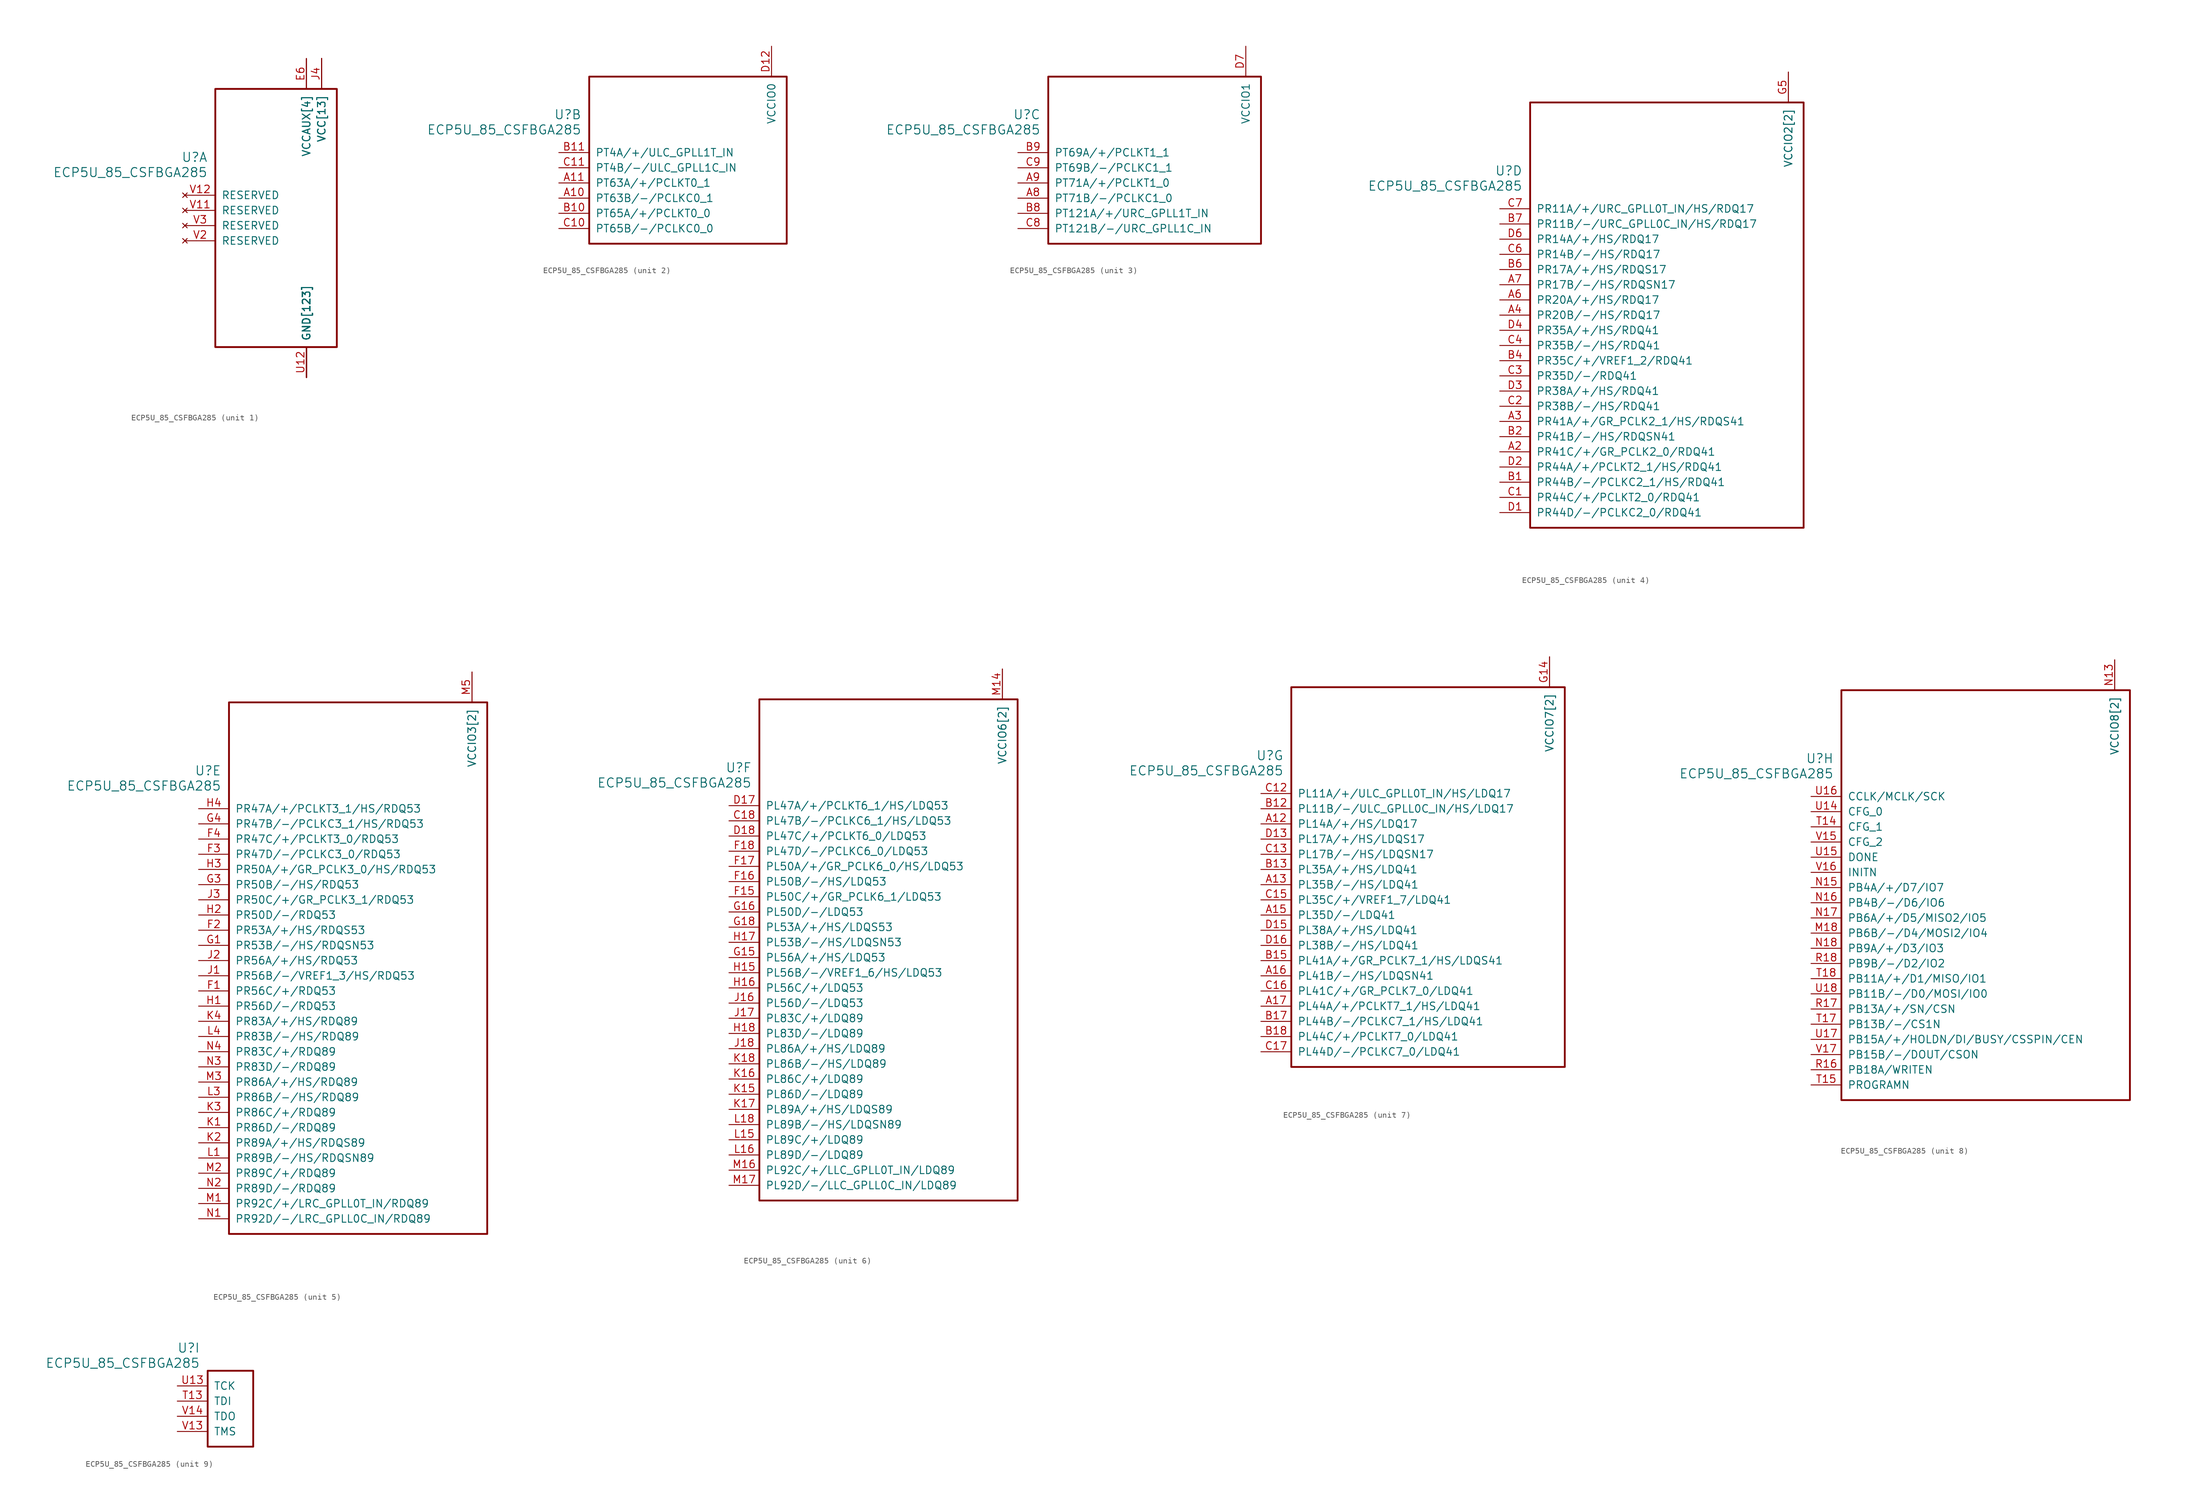
<source format=kicad_sym>
(kicad_symbol_lib
  (version 20241209)
  (generator "kicad_symbol_editor")
  (generator_version "9.0")
  (symbol "ECP5U_85_CSFBGA285"
    (pin_names
      (offset 1.016))
    (property "Reference" "U"
      (at 3.81 6.35 0)
      (effects (font (size 1.524 1.524)) (justify right)))
    (property "Value" "ECP5U_85_CSFBGA285"
      (at 3.81 3.81 0)
      (effects (font (size 1.524 1.524)) (justify right)))
    (property "ki_locked" ""
      (at 0 0 0)
      (effects (font (size 1.27 1.27))))
    (symbol "ECP5U_85_CSFBGA285_1_1"
      (rectangle (start 5.08 17.78) (end 25.4 -25.4) (stroke (width 0.305) (type solid)) (fill (type none)))
      (pin no_connect line (at 0 0 0) (length 5.08) (name "RESERVED" (effects (font (size 1.27 1.27)))) (number "V12" (effects (font (size 1.27 1.27)))))
      (pin no_connect line (at 0 -2.54 0) (length 5.08) (name "RESERVED" (effects (font (size 1.27 1.27)))) (number "V11" (effects (font (size 1.27 1.27)))))
      (pin no_connect line (at 0 -5.08 0) (length 5.08) (name "RESERVED" (effects (font (size 1.27 1.27)))) (number "V3" (effects (font (size 1.27 1.27)))))
      (pin no_connect line (at 0 -7.62 0) (length 5.08) (name "RESERVED" (effects (font (size 1.27 1.27)))) (number "V2" (effects (font (size 1.27 1.27)))))
      (pin power_in line (at 20.32 22.86 270) (length 5.08) (name "VCCAUX[4]" (effects (font (size 1.27 1.27)))) (number "E13" (effects (font (size 0 0)))))
      (pin power_in line (at 20.32 22.86 270) (length 5.08) (name "VCCAUX[4]" (effects (font (size 1.27 1.27)))) (number "E6" (effects (font (size 1.27 1.27)))))
      (pin power_in line (at 20.32 22.86 270) (length 5.08) (name "VCCAUX[4]" (effects (font (size 1.27 1.27)))) (number "N6" (effects (font (size 0 0)))))
      (pin power_in line (at 20.32 22.86 270) (length 5.08) (name "VCCAUX[4]" (effects (font (size 1.27 1.27)))) (number "P13" (effects (font (size 0 0)))))
      (pin power_in line (at 20.32 -30.48 90) (length 5.08) (name "GND[123]" (effects (font (size 1.27 1.27)))) (number "B16" (effects (font (size 0 0)))))
      (pin power_in line (at 20.32 -30.48 90) (length 5.08) (name "GND[123]" (effects (font (size 1.27 1.27)))) (number "B3" (effects (font (size 0 0)))))
      (pin power_in line (at 20.32 -30.48 90) (length 5.08) (name "GND[123]" (effects (font (size 1.27 1.27)))) (number "E10" (effects (font (size 0 0)))))
      (pin power_in line (at 20.32 -30.48 90) (length 5.08) (name "GND[123]" (effects (font (size 1.27 1.27)))) (number "E11" (effects (font (size 0 0)))))
      (pin power_in line (at 20.32 -30.48 90) (length 5.08) (name "GND[123]" (effects (font (size 1.27 1.27)))) (number "E12" (effects (font (size 0 0)))))
      (pin power_in line (at 20.32 -30.48 90) (length 5.08) (name "GND[123]" (effects (font (size 1.27 1.27)))) (number "E14" (effects (font (size 0 0)))))
      (pin power_in line (at 20.32 -30.48 90) (length 5.08) (name "GND[123]" (effects (font (size 1.27 1.27)))) (number "E5" (effects (font (size 0 0)))))
      (pin power_in line (at 20.32 -30.48 90) (length 5.08) (name "GND[123]" (effects (font (size 1.27 1.27)))) (number "E7" (effects (font (size 0 0)))))
      (pin power_in line (at 20.32 -30.48 90) (length 5.08) (name "GND[123]" (effects (font (size 1.27 1.27)))) (number "E8" (effects (font (size 0 0)))))
      (pin power_in line (at 20.32 -30.48 90) (length 5.08) (name "GND[123]" (effects (font (size 1.27 1.27)))) (number "E9" (effects (font (size 0 0)))))
      (pin power_in line (at 20.32 -30.48 90) (length 5.08) (name "GND[123]" (effects (font (size 1.27 1.27)))) (number "F10" (effects (font (size 0 0)))))
      (pin power_in line (at 20.32 -30.48 90) (length 5.08) (name "GND[123]" (effects (font (size 1.27 1.27)))) (number "F11" (effects (font (size 0 0)))))
      (pin power_in line (at 20.32 -30.48 90) (length 5.08) (name "GND[123]" (effects (font (size 1.27 1.27)))) (number "F12" (effects (font (size 0 0)))))
      (pin power_in line (at 20.32 -30.48 90) (length 5.08) (name "GND[123]" (effects (font (size 1.27 1.27)))) (number "F13" (effects (font (size 0 0)))))
      (pin power_in line (at 20.32 -30.48 90) (length 5.08) (name "GND[123]" (effects (font (size 1.27 1.27)))) (number "F14" (effects (font (size 0 0)))))
      (pin power_in line (at 20.32 -30.48 90) (length 5.08) (name "GND[123]" (effects (font (size 1.27 1.27)))) (number "F5" (effects (font (size 0 0)))))
      (pin power_in line (at 20.32 -30.48 90) (length 5.08) (name "GND[123]" (effects (font (size 1.27 1.27)))) (number "F6" (effects (font (size 0 0)))))
      (pin power_in line (at 20.32 -30.48 90) (length 5.08) (name "GND[123]" (effects (font (size 1.27 1.27)))) (number "F7" (effects (font (size 0 0)))))
      (pin power_in line (at 20.32 -30.48 90) (length 5.08) (name "GND[123]" (effects (font (size 1.27 1.27)))) (number "F8" (effects (font (size 0 0)))))
      (pin power_in line (at 20.32 -30.48 90) (length 5.08) (name "GND[123]" (effects (font (size 1.27 1.27)))) (number "F9" (effects (font (size 0 0)))))
      (pin power_in line (at 20.32 -30.48 90) (length 5.08) (name "GND[123]" (effects (font (size 1.27 1.27)))) (number "G10" (effects (font (size 0 0)))))
      (pin power_in line (at 20.32 -30.48 90) (length 5.08) (name "GND[123]" (effects (font (size 1.27 1.27)))) (number "G11" (effects (font (size 0 0)))))
      (pin power_in line (at 20.32 -30.48 90) (length 5.08) (name "GND[123]" (effects (font (size 1.27 1.27)))) (number "G12" (effects (font (size 0 0)))))
      (pin power_in line (at 20.32 -30.48 90) (length 5.08) (name "GND[123]" (effects (font (size 1.27 1.27)))) (number "G13" (effects (font (size 0 0)))))
      (pin power_in line (at 20.32 -30.48 90) (length 5.08) (name "GND[123]" (effects (font (size 1.27 1.27)))) (number "G17" (effects (font (size 0 0)))))
      (pin power_in line (at 20.32 -30.48 90) (length 5.08) (name "GND[123]" (effects (font (size 1.27 1.27)))) (number "G2" (effects (font (size 0 0)))))
      (pin power_in line (at 20.32 -30.48 90) (length 5.08) (name "GND[123]" (effects (font (size 1.27 1.27)))) (number "G6" (effects (font (size 0 0)))))
      (pin power_in line (at 20.32 -30.48 90) (length 5.08) (name "GND[123]" (effects (font (size 1.27 1.27)))) (number "G7" (effects (font (size 0 0)))))
      (pin power_in line (at 20.32 -30.48 90) (length 5.08) (name "GND[123]" (effects (font (size 1.27 1.27)))) (number "G8" (effects (font (size 0 0)))))
      (pin power_in line (at 20.32 -30.48 90) (length 5.08) (name "GND[123]" (effects (font (size 1.27 1.27)))) (number "G9" (effects (font (size 0 0)))))
      (pin power_in line (at 20.32 -30.48 90) (length 5.08) (name "GND[123]" (effects (font (size 1.27 1.27)))) (number "H10" (effects (font (size 0 0)))))
      (pin power_in line (at 20.32 -30.48 90) (length 5.08) (name "GND[123]" (effects (font (size 1.27 1.27)))) (number "H11" (effects (font (size 0 0)))))
      (pin power_in line (at 20.32 -30.48 90) (length 5.08) (name "GND[123]" (effects (font (size 1.27 1.27)))) (number "H12" (effects (font (size 0 0)))))
      (pin power_in line (at 20.32 -30.48 90) (length 5.08) (name "GND[123]" (effects (font (size 1.27 1.27)))) (number "H13" (effects (font (size 0 0)))))
      (pin power_in line (at 20.32 -30.48 90) (length 5.08) (name "GND[123]" (effects (font (size 1.27 1.27)))) (number "H6" (effects (font (size 0 0)))))
      (pin power_in line (at 20.32 -30.48 90) (length 5.08) (name "GND[123]" (effects (font (size 1.27 1.27)))) (number "H7" (effects (font (size 0 0)))))
      (pin power_in line (at 20.32 -30.48 90) (length 5.08) (name "GND[123]" (effects (font (size 1.27 1.27)))) (number "H8" (effects (font (size 0 0)))))
      (pin power_in line (at 20.32 -30.48 90) (length 5.08) (name "GND[123]" (effects (font (size 1.27 1.27)))) (number "H9" (effects (font (size 0 0)))))
      (pin power_in line (at 20.32 -30.48 90) (length 5.08) (name "GND[123]" (effects (font (size 1.27 1.27)))) (number "J10" (effects (font (size 0 0)))))
      (pin power_in line (at 20.32 -30.48 90) (length 5.08) (name "GND[123]" (effects (font (size 1.27 1.27)))) (number "J11" (effects (font (size 0 0)))))
      (pin power_in line (at 20.32 -30.48 90) (length 5.08) (name "GND[123]" (effects (font (size 1.27 1.27)))) (number "J12" (effects (font (size 0 0)))))
      (pin power_in line (at 20.32 -30.48 90) (length 5.08) (name "GND[123]" (effects (font (size 1.27 1.27)))) (number "J13" (effects (font (size 0 0)))))
      (pin power_in line (at 20.32 -30.48 90) (length 5.08) (name "GND[123]" (effects (font (size 1.27 1.27)))) (number "J6" (effects (font (size 0 0)))))
      (pin power_in line (at 20.32 -30.48 90) (length 5.08) (name "GND[123]" (effects (font (size 1.27 1.27)))) (number "J7" (effects (font (size 0 0)))))
      (pin power_in line (at 20.32 -30.48 90) (length 5.08) (name "GND[123]" (effects (font (size 1.27 1.27)))) (number "J8" (effects (font (size 0 0)))))
      (pin power_in line (at 20.32 -30.48 90) (length 5.08) (name "GND[123]" (effects (font (size 1.27 1.27)))) (number "J9" (effects (font (size 0 0)))))
      (pin power_in line (at 20.32 -30.48 90) (length 5.08) (name "GND[123]" (effects (font (size 1.27 1.27)))) (number "K10" (effects (font (size 0 0)))))
      (pin power_in line (at 20.32 -30.48 90) (length 5.08) (name "GND[123]" (effects (font (size 1.27 1.27)))) (number "K11" (effects (font (size 0 0)))))
      (pin power_in line (at 20.32 -30.48 90) (length 5.08) (name "GND[123]" (effects (font (size 1.27 1.27)))) (number "K12" (effects (font (size 0 0)))))
      (pin power_in line (at 20.32 -30.48 90) (length 5.08) (name "GND[123]" (effects (font (size 1.27 1.27)))) (number "K13" (effects (font (size 0 0)))))
      (pin power_in line (at 20.32 -30.48 90) (length 5.08) (name "GND[123]" (effects (font (size 1.27 1.27)))) (number "K14" (effects (font (size 0 0)))))
      (pin power_in line (at 20.32 -30.48 90) (length 5.08) (name "GND[123]" (effects (font (size 1.27 1.27)))) (number "K5" (effects (font (size 0 0)))))
      (pin power_in line (at 20.32 -30.48 90) (length 5.08) (name "GND[123]" (effects (font (size 1.27 1.27)))) (number "K6" (effects (font (size 0 0)))))
      (pin power_in line (at 20.32 -30.48 90) (length 5.08) (name "GND[123]" (effects (font (size 1.27 1.27)))) (number "K7" (effects (font (size 0 0)))))
      (pin power_in line (at 20.32 -30.48 90) (length 5.08) (name "GND[123]" (effects (font (size 1.27 1.27)))) (number "K8" (effects (font (size 0 0)))))
      (pin power_in line (at 20.32 -30.48 90) (length 5.08) (name "GND[123]" (effects (font (size 1.27 1.27)))) (number "K9" (effects (font (size 0 0)))))
      (pin power_in line (at 20.32 -30.48 90) (length 5.08) (name "GND[123]" (effects (font (size 1.27 1.27)))) (number "L10" (effects (font (size 0 0)))))
      (pin power_in line (at 20.32 -30.48 90) (length 5.08) (name "GND[123]" (effects (font (size 1.27 1.27)))) (number "L11" (effects (font (size 0 0)))))
      (pin power_in line (at 20.32 -30.48 90) (length 5.08) (name "GND[123]" (effects (font (size 1.27 1.27)))) (number "L12" (effects (font (size 0 0)))))
      (pin power_in line (at 20.32 -30.48 90) (length 5.08) (name "GND[123]" (effects (font (size 1.27 1.27)))) (number "L13" (effects (font (size 0 0)))))
      (pin power_in line (at 20.32 -30.48 90) (length 5.08) (name "GND[123]" (effects (font (size 1.27 1.27)))) (number "L14" (effects (font (size 0 0)))))
      (pin power_in line (at 20.32 -30.48 90) (length 5.08) (name "GND[123]" (effects (font (size 1.27 1.27)))) (number "L17" (effects (font (size 0 0)))))
      (pin power_in line (at 20.32 -30.48 90) (length 5.08) (name "GND[123]" (effects (font (size 1.27 1.27)))) (number "L2" (effects (font (size 0 0)))))
      (pin power_in line (at 20.32 -30.48 90) (length 5.08) (name "GND[123]" (effects (font (size 1.27 1.27)))) (number "L5" (effects (font (size 0 0)))))
      (pin power_in line (at 20.32 -30.48 90) (length 5.08) (name "GND[123]" (effects (font (size 1.27 1.27)))) (number "L6" (effects (font (size 0 0)))))
      (pin power_in line (at 20.32 -30.48 90) (length 5.08) (name "GND[123]" (effects (font (size 1.27 1.27)))) (number "L7" (effects (font (size 0 0)))))
      (pin power_in line (at 20.32 -30.48 90) (length 5.08) (name "GND[123]" (effects (font (size 1.27 1.27)))) (number "L8" (effects (font (size 0 0)))))
      (pin power_in line (at 20.32 -30.48 90) (length 5.08) (name "GND[123]" (effects (font (size 1.27 1.27)))) (number "L9" (effects (font (size 0 0)))))
      (pin power_in line (at 20.32 -30.48 90) (length 5.08) (name "GND[123]" (effects (font (size 1.27 1.27)))) (number "M10" (effects (font (size 0 0)))))
      (pin power_in line (at 20.32 -30.48 90) (length 5.08) (name "GND[123]" (effects (font (size 1.27 1.27)))) (number "M11" (effects (font (size 0 0)))))
      (pin power_in line (at 20.32 -30.48 90) (length 5.08) (name "GND[123]" (effects (font (size 1.27 1.27)))) (number "M12" (effects (font (size 0 0)))))
      (pin power_in line (at 20.32 -30.48 90) (length 5.08) (name "GND[123]" (effects (font (size 1.27 1.27)))) (number "M13" (effects (font (size 0 0)))))
      (pin power_in line (at 20.32 -30.48 90) (length 5.08) (name "GND[123]" (effects (font (size 1.27 1.27)))) (number "M6" (effects (font (size 0 0)))))
      (pin power_in line (at 20.32 -30.48 90) (length 5.08) (name "GND[123]" (effects (font (size 1.27 1.27)))) (number "M7" (effects (font (size 0 0)))))
      (pin power_in line (at 20.32 -30.48 90) (length 5.08) (name "GND[123]" (effects (font (size 1.27 1.27)))) (number "M8" (effects (font (size 0 0)))))
      (pin power_in line (at 20.32 -30.48 90) (length 5.08) (name "GND[123]" (effects (font (size 1.27 1.27)))) (number "M9" (effects (font (size 0 0)))))
      (pin power_in line (at 20.32 -30.48 90) (length 5.08) (name "GND[123]" (effects (font (size 1.27 1.27)))) (number "N10" (effects (font (size 0 0)))))
      (pin power_in line (at 20.32 -30.48 90) (length 5.08) (name "GND[123]" (effects (font (size 1.27 1.27)))) (number "N11" (effects (font (size 0 0)))))
      (pin power_in line (at 20.32 -30.48 90) (length 5.08) (name "GND[123]" (effects (font (size 1.27 1.27)))) (number "N12" (effects (font (size 0 0)))))
      (pin power_in line (at 20.32 -30.48 90) (length 5.08) (name "GND[123]" (effects (font (size 1.27 1.27)))) (number "N7" (effects (font (size 0 0)))))
      (pin power_in line (at 20.32 -30.48 90) (length 5.08) (name "GND[123]" (effects (font (size 1.27 1.27)))) (number "N8" (effects (font (size 0 0)))))
      (pin power_in line (at 20.32 -30.48 90) (length 5.08) (name "GND[123]" (effects (font (size 1.27 1.27)))) (number "N9" (effects (font (size 0 0)))))
      (pin power_in line (at 20.32 -30.48 90) (length 5.08) (name "GND[123]" (effects (font (size 1.27 1.27)))) (number "P10" (effects (font (size 0 0)))))
      (pin power_in line (at 20.32 -30.48 90) (length 5.08) (name "GND[123]" (effects (font (size 1.27 1.27)))) (number "P12" (effects (font (size 0 0)))))
      (pin power_in line (at 20.32 -30.48 90) (length 5.08) (name "GND[123]" (effects (font (size 1.27 1.27)))) (number "P5" (effects (font (size 0 0)))))
      (pin power_in line (at 20.32 -30.48 90) (length 5.08) (name "GND[123]" (effects (font (size 1.27 1.27)))) (number "P6" (effects (font (size 0 0)))))
      (pin power_in line (at 20.32 -30.48 90) (length 5.08) (name "GND[123]" (effects (font (size 1.27 1.27)))) (number "P8" (effects (font (size 0 0)))))
      (pin power_in line (at 20.32 -30.48 90) (length 5.08) (name "GND[123]" (effects (font (size 1.27 1.27)))) (number "R1" (effects (font (size 0 0)))))
      (pin power_in line (at 20.32 -30.48 90) (length 5.08) (name "GND[123]" (effects (font (size 1.27 1.27)))) (number "R10" (effects (font (size 0 0)))))
      (pin power_in line (at 20.32 -30.48 90) (length 5.08) (name "GND[123]" (effects (font (size 1.27 1.27)))) (number "R2" (effects (font (size 0 0)))))
      (pin power_in line (at 20.32 -30.48 90) (length 5.08) (name "GND[123]" (effects (font (size 1.27 1.27)))) (number "R3" (effects (font (size 0 0)))))
      (pin power_in line (at 20.32 -30.48 90) (length 5.08) (name "GND[123]" (effects (font (size 1.27 1.27)))) (number "T1" (effects (font (size 0 0)))))
      (pin power_in line (at 20.32 -30.48 90) (length 5.08) (name "GND[123]" (effects (font (size 1.27 1.27)))) (number "T10" (effects (font (size 0 0)))))
      (pin power_in line (at 20.32 -30.48 90) (length 5.08) (name "GND[123]" (effects (font (size 1.27 1.27)))) (number "T11" (effects (font (size 0 0)))))
      (pin power_in line (at 20.32 -30.48 90) (length 5.08) (name "GND[123]" (effects (font (size 1.27 1.27)))) (number "T12" (effects (font (size 0 0)))))
      (pin power_in line (at 20.32 -30.48 90) (length 5.08) (name "GND[123]" (effects (font (size 1.27 1.27)))) (number "T16" (effects (font (size 0 0)))))
      (pin power_in line (at 20.32 -30.48 90) (length 5.08) (name "GND[123]" (effects (font (size 1.27 1.27)))) (number "T2" (effects (font (size 0 0)))))
      (pin power_in line (at 20.32 -30.48 90) (length 5.08) (name "GND[123]" (effects (font (size 1.27 1.27)))) (number "T3" (effects (font (size 0 0)))))
      (pin power_in line (at 20.32 -30.48 90) (length 5.08) (name "GND[123]" (effects (font (size 1.27 1.27)))) (number "T4" (effects (font (size 0 0)))))
      (pin power_in line (at 20.32 -30.48 90) (length 5.08) (name "GND[123]" (effects (font (size 1.27 1.27)))) (number "T5" (effects (font (size 0 0)))))
      (pin power_in line (at 20.32 -30.48 90) (length 5.08) (name "GND[123]" (effects (font (size 1.27 1.27)))) (number "T6" (effects (font (size 0 0)))))
      (pin power_in line (at 20.32 -30.48 90) (length 5.08) (name "GND[123]" (effects (font (size 1.27 1.27)))) (number "T7" (effects (font (size 0 0)))))
      (pin power_in line (at 20.32 -30.48 90) (length 5.08) (name "GND[123]" (effects (font (size 1.27 1.27)))) (number "T8" (effects (font (size 0 0)))))
      (pin power_in line (at 20.32 -30.48 90) (length 5.08) (name "GND[123]" (effects (font (size 1.27 1.27)))) (number "T9" (effects (font (size 0 0)))))
      (pin power_in line (at 20.32 -30.48 90) (length 5.08) (name "GND[123]" (effects (font (size 1.27 1.27)))) (number "U1" (effects (font (size 0 0)))))
      (pin power_in line (at 20.32 -30.48 90) (length 5.08) (name "GND[123]" (effects (font (size 1.27 1.27)))) (number "U10" (effects (font (size 0 0)))))
      (pin power_in line (at 20.32 -30.48 90) (length 5.08) (name "GND[123]" (effects (font (size 1.27 1.27)))) (number "U11" (effects (font (size 0 0)))))
      (pin power_in line (at 20.32 -30.48 90) (length 5.08) (name "GND[123]" (effects (font (size 1.27 1.27)))) (number "U12" (effects (font (size 1.27 1.27)))))
      (pin power_in line (at 20.32 -30.48 90) (length 5.08) (name "GND[123]" (effects (font (size 1.27 1.27)))) (number "U2" (effects (font (size 0 0)))))
      (pin power_in line (at 20.32 -30.48 90) (length 5.08) (name "GND[123]" (effects (font (size 1.27 1.27)))) (number "U3" (effects (font (size 0 0)))))
      (pin power_in line (at 20.32 -30.48 90) (length 5.08) (name "GND[123]" (effects (font (size 1.27 1.27)))) (number "U4" (effects (font (size 0 0)))))
      (pin power_in line (at 20.32 -30.48 90) (length 5.08) (name "GND[123]" (effects (font (size 1.27 1.27)))) (number "U5" (effects (font (size 0 0)))))
      (pin power_in line (at 20.32 -30.48 90) (length 5.08) (name "GND[123]" (effects (font (size 1.27 1.27)))) (number "U6" (effects (font (size 0 0)))))
      (pin power_in line (at 20.32 -30.48 90) (length 5.08) (name "GND[123]" (effects (font (size 1.27 1.27)))) (number "U7" (effects (font (size 0 0)))))
      (pin power_in line (at 20.32 -30.48 90) (length 5.08) (name "GND[123]" (effects (font (size 1.27 1.27)))) (number "U8" (effects (font (size 0 0)))))
      (pin power_in line (at 20.32 -30.48 90) (length 5.08) (name "GND[123]" (effects (font (size 1.27 1.27)))) (number "U9" (effects (font (size 0 0)))))
      (pin power_in line (at 20.32 -30.48 90) (length 5.08) (name "GND[123]" (effects (font (size 1.27 1.27)))) (number "V10" (effects (font (size 0 0)))))
      (pin power_in line (at 20.32 -30.48 90) (length 5.08) (name "GND[123]" (effects (font (size 1.27 1.27)))) (number "V4" (effects (font (size 0 0)))))
      (pin power_in line (at 20.32 -30.48 90) (length 5.08) (name "GND[123]" (effects (font (size 1.27 1.27)))) (number "V5" (effects (font (size 0 0)))))
      (pin power_in line (at 20.32 -30.48 90) (length 5.08) (name "GND[123]" (effects (font (size 1.27 1.27)))) (number "V6" (effects (font (size 0 0)))))
      (pin power_in line (at 20.32 -30.48 90) (length 5.08) (name "GND[123]" (effects (font (size 1.27 1.27)))) (number "V7" (effects (font (size 0 0)))))
      (pin power_in line (at 20.32 -30.48 90) (length 5.08) (name "GND[123]" (effects (font (size 1.27 1.27)))) (number "V8" (effects (font (size 0 0)))))
      (pin power_in line (at 20.32 -30.48 90) (length 5.08) (name "GND[123]" (effects (font (size 1.27 1.27)))) (number "V9" (effects (font (size 0 0)))))
      (pin power_in line (at 22.86 22.86 270) (length 5.08) (name "VCC[13]" (effects (font (size 1.27 1.27)))) (number "D10" (effects (font (size 0 0)))))
      (pin power_in line (at 22.86 22.86 270) (length 5.08) (name "VCC[13]" (effects (font (size 1.27 1.27)))) (number "D11" (effects (font (size 0 0)))))
      (pin power_in line (at 22.86 22.86 270) (length 5.08) (name "VCC[13]" (effects (font (size 1.27 1.27)))) (number "D8" (effects (font (size 0 0)))))
      (pin power_in line (at 22.86 22.86 270) (length 5.08) (name "VCC[13]" (effects (font (size 1.27 1.27)))) (number "D9" (effects (font (size 0 0)))))
      (pin power_in line (at 22.86 22.86 270) (length 5.08) (name "VCC[13]" (effects (font (size 1.27 1.27)))) (number "J14" (effects (font (size 0 0)))))
      (pin power_in line (at 22.86 22.86 270) (length 5.08) (name "VCC[13]" (effects (font (size 1.27 1.27)))) (number "J15" (effects (font (size 0 0)))))
      (pin power_in line (at 22.86 22.86 270) (length 5.08) (name "VCC[13]" (effects (font (size 1.27 1.27)))) (number "J4" (effects (font (size 1.27 1.27)))))
      (pin power_in line (at 22.86 22.86 270) (length 5.08) (name "VCC[13]" (effects (font (size 1.27 1.27)))) (number "J5" (effects (font (size 0 0)))))
      (pin power_in line (at 22.86 22.86 270) (length 5.08) (name "VCC[13]" (effects (font (size 1.27 1.27)))) (number "M15" (effects (font (size 0 0)))))
      (pin power_in line (at 22.86 22.86 270) (length 5.08) (name "VCC[13]" (effects (font (size 1.27 1.27)))) (number "M4" (effects (font (size 0 0)))))
      (pin power_in line (at 22.86 22.86 270) (length 5.08) (name "VCC[13]" (effects (font (size 1.27 1.27)))) (number "P11" (effects (font (size 0 0)))))
      (pin power_in line (at 22.86 22.86 270) (length 5.08) (name "VCC[13]" (effects (font (size 1.27 1.27)))) (number "P7" (effects (font (size 0 0)))))
      (pin power_in line (at 22.86 22.86 270) (length 5.08) (name "VCC[13]" (effects (font (size 1.27 1.27)))) (number "P9" (effects (font (size 0 0))))))
    (symbol "ECP5U_85_CSFBGA285_2_1"
      (rectangle (start 5.08 12.7) (end 38.1 -15.24) (stroke (width 0.305) (type solid)) (fill (type none)))
      (pin bidirectional line (at 0 0 0) (length 5.08) (name "PT4A/+/ULC_GPLL1T_IN" (effects (font (size 1.27 1.27)))) (number "B11" (effects (font (size 1.27 1.27)))))
      (pin bidirectional line (at 0 -2.54 0) (length 5.08) (name "PT4B/-/ULC_GPLL1C_IN" (effects (font (size 1.27 1.27)))) (number "C11" (effects (font (size 1.27 1.27)))))
      (pin bidirectional line (at 0 -5.08 0) (length 5.08) (name "PT63A/+/PCLKT0_1" (effects (font (size 1.27 1.27)))) (number "A11" (effects (font (size 1.27 1.27)))))
      (pin bidirectional line (at 0 -7.62 0) (length 5.08) (name "PT63B/-/PCLKC0_1" (effects (font (size 1.27 1.27)))) (number "A10" (effects (font (size 1.27 1.27)))))
      (pin bidirectional line (at 0 -10.16 0) (length 5.08) (name "PT65A/+/PCLKT0_0" (effects (font (size 1.27 1.27)))) (number "B10" (effects (font (size 1.27 1.27)))))
      (pin bidirectional line (at 0 -12.7 0) (length 5.08) (name "PT65B/-/PCLKC0_0" (effects (font (size 1.27 1.27)))) (number "C10" (effects (font (size 1.27 1.27)))))
      (pin power_in line (at 35.56 17.78 270) (length 5.08) (name "VCCIO0" (effects (font (size 1.27 1.27)))) (number "D12" (effects (font (size 1.27 1.27))))))
    (symbol "ECP5U_85_CSFBGA285_3_1"
      (rectangle (start 5.08 12.7) (end 40.64 -15.24) (stroke (width 0.305) (type solid)) (fill (type none)))
      (pin bidirectional line (at 0 0 0) (length 5.08) (name "PT69A/+/PCLKT1_1" (effects (font (size 1.27 1.27)))) (number "B9" (effects (font (size 1.27 1.27)))))
      (pin bidirectional line (at 0 -2.54 0) (length 5.08) (name "PT69B/-/PCLKC1_1" (effects (font (size 1.27 1.27)))) (number "C9" (effects (font (size 1.27 1.27)))))
      (pin bidirectional line (at 0 -5.08 0) (length 5.08) (name "PT71A/+/PCLKT1_0" (effects (font (size 1.27 1.27)))) (number "A9" (effects (font (size 1.27 1.27)))))
      (pin bidirectional line (at 0 -7.62 0) (length 5.08) (name "PT71B/-/PCLKC1_0" (effects (font (size 1.27 1.27)))) (number "A8" (effects (font (size 1.27 1.27)))))
      (pin bidirectional line (at 0 -10.16 0) (length 5.08) (name "PT121A/+/URC_GPLL1T_IN" (effects (font (size 1.27 1.27)))) (number "B8" (effects (font (size 1.27 1.27)))))
      (pin bidirectional line (at 0 -12.7 0) (length 5.08) (name "PT121B/-/URC_GPLL1C_IN" (effects (font (size 1.27 1.27)))) (number "C8" (effects (font (size 1.27 1.27)))))
      (pin power_in line (at 38.1 17.78 270) (length 5.08) (name "VCCIO1" (effects (font (size 1.27 1.27)))) (number "D7" (effects (font (size 1.27 1.27))))))
    (symbol "ECP5U_85_CSFBGA285_4_1"
      (rectangle (start 5.08 17.78) (end 50.8 -53.34) (stroke (width 0.305) (type solid)) (fill (type none)))
      (pin bidirectional line (at 0 0 0) (length 5.08) (name "PR11A/+/URC_GPLL0T_IN/HS/RDQ17" (effects (font (size 1.27 1.27)))) (number "C7" (effects (font (size 1.27 1.27)))))
      (pin bidirectional line (at 0 -2.54 0) (length 5.08) (name "PR11B/-/URC_GPLL0C_IN/HS/RDQ17" (effects (font (size 1.27 1.27)))) (number "B7" (effects (font (size 1.27 1.27)))))
      (pin bidirectional line (at 0 -5.08 0) (length 5.08) (name "PR14A/+/HS/RDQ17" (effects (font (size 1.27 1.27)))) (number "D6" (effects (font (size 1.27 1.27)))))
      (pin bidirectional line (at 0 -7.62 0) (length 5.08) (name "PR14B/-/HS/RDQ17" (effects (font (size 1.27 1.27)))) (number "C6" (effects (font (size 1.27 1.27)))))
      (pin bidirectional line (at 0 -10.16 0) (length 5.08) (name "PR17A/+/HS/RDQS17" (effects (font (size 1.27 1.27)))) (number "B6" (effects (font (size 1.27 1.27)))))
      (pin bidirectional line (at 0 -12.7 0) (length 5.08) (name "PR17B/-/HS/RDQSN17" (effects (font (size 1.27 1.27)))) (number "A7" (effects (font (size 1.27 1.27)))))
      (pin bidirectional line (at 0 -15.24 0) (length 5.08) (name "PR20A/+/HS/RDQ17" (effects (font (size 1.27 1.27)))) (number "A6" (effects (font (size 1.27 1.27)))))
      (pin bidirectional line (at 0 -17.78 0) (length 5.08) (name "PR20B/-/HS/RDQ17" (effects (font (size 1.27 1.27)))) (number "A4" (effects (font (size 1.27 1.27)))))
      (pin bidirectional line (at 0 -20.32 0) (length 5.08) (name "PR35A/+/HS/RDQ41" (effects (font (size 1.27 1.27)))) (number "D4" (effects (font (size 1.27 1.27)))))
      (pin bidirectional line (at 0 -22.86 0) (length 5.08) (name "PR35B/-/HS/RDQ41" (effects (font (size 1.27 1.27)))) (number "C4" (effects (font (size 1.27 1.27)))))
      (pin bidirectional line (at 0 -25.4 0) (length 5.08) (name "PR35C/+/VREF1_2/RDQ41" (effects (font (size 1.27 1.27)))) (number "B4" (effects (font (size 1.27 1.27)))))
      (pin bidirectional line (at 0 -27.94 0) (length 5.08) (name "PR35D/-/RDQ41" (effects (font (size 1.27 1.27)))) (number "C3" (effects (font (size 1.27 1.27)))))
      (pin bidirectional line (at 0 -30.48 0) (length 5.08) (name "PR38A/+/HS/RDQ41" (effects (font (size 1.27 1.27)))) (number "D3" (effects (font (size 1.27 1.27)))))
      (pin bidirectional line (at 0 -33.02 0) (length 5.08) (name "PR38B/-/HS/RDQ41" (effects (font (size 1.27 1.27)))) (number "C2" (effects (font (size 1.27 1.27)))))
      (pin bidirectional line (at 0 -35.56 0) (length 5.08) (name "PR41A/+/GR_PCLK2_1/HS/RDQS41" (effects (font (size 1.27 1.27)))) (number "A3" (effects (font (size 1.27 1.27)))))
      (pin bidirectional line (at 0 -38.1 0) (length 5.08) (name "PR41B/-/HS/RDQSN41" (effects (font (size 1.27 1.27)))) (number "B2" (effects (font (size 1.27 1.27)))))
      (pin bidirectional line (at 0 -40.64 0) (length 5.08) (name "PR41C/+/GR_PCLK2_0/RDQ41" (effects (font (size 1.27 1.27)))) (number "A2" (effects (font (size 1.27 1.27)))))
      (pin bidirectional line (at 0 -43.18 0) (length 5.08) (name "PR44A/+/PCLKT2_1/HS/RDQ41" (effects (font (size 1.27 1.27)))) (number "D2" (effects (font (size 1.27 1.27)))))
      (pin bidirectional line (at 0 -45.72 0) (length 5.08) (name "PR44B/-/PCLKC2_1/HS/RDQ41" (effects (font (size 1.27 1.27)))) (number "B1" (effects (font (size 1.27 1.27)))))
      (pin bidirectional line (at 0 -48.26 0) (length 5.08) (name "PR44C/+/PCLKT2_0/RDQ41" (effects (font (size 1.27 1.27)))) (number "C1" (effects (font (size 1.27 1.27)))))
      (pin bidirectional line (at 0 -50.8 0) (length 5.08) (name "PR44D/-/PCLKC2_0/RDQ41" (effects (font (size 1.27 1.27)))) (number "D1" (effects (font (size 1.27 1.27)))))
      (pin power_in line (at 48.26 22.86 270) (length 5.08) (name "VCCIO2[2]" (effects (font (size 1.27 1.27)))) (number "G5" (effects (font (size 1.27 1.27)))))
      (pin power_in line (at 48.26 22.86 270) (length 5.08) (name "VCCIO2[2]" (effects (font (size 1.27 1.27)))) (number "H5" (effects (font (size 0 0))))))
    (symbol "ECP5U_85_CSFBGA285_5_1"
      (rectangle (start 5.08 17.78) (end 48.26 -71.12) (stroke (width 0.305) (type solid)) (fill (type none)))
      (pin bidirectional line (at 0 0 0) (length 5.08) (name "PR47A/+/PCLKT3_1/HS/RDQ53" (effects (font (size 1.27 1.27)))) (number "H4" (effects (font (size 1.27 1.27)))))
      (pin bidirectional line (at 0 -2.54 0) (length 5.08) (name "PR47B/-/PCLKC3_1/HS/RDQ53" (effects (font (size 1.27 1.27)))) (number "G4" (effects (font (size 1.27 1.27)))))
      (pin bidirectional line (at 0 -5.08 0) (length 5.08) (name "PR47C/+/PCLKT3_0/RDQ53" (effects (font (size 1.27 1.27)))) (number "F4" (effects (font (size 1.27 1.27)))))
      (pin bidirectional line (at 0 -7.62 0) (length 5.08) (name "PR47D/-/PCLKC3_0/RDQ53" (effects (font (size 1.27 1.27)))) (number "F3" (effects (font (size 1.27 1.27)))))
      (pin bidirectional line (at 0 -10.16 0) (length 5.08) (name "PR50A/+/GR_PCLK3_0/HS/RDQ53" (effects (font (size 1.27 1.27)))) (number "H3" (effects (font (size 1.27 1.27)))))
      (pin bidirectional line (at 0 -12.7 0) (length 5.08) (name "PR50B/-/HS/RDQ53" (effects (font (size 1.27 1.27)))) (number "G3" (effects (font (size 1.27 1.27)))))
      (pin bidirectional line (at 0 -15.24 0) (length 5.08) (name "PR50C/+/GR_PCLK3_1/RDQ53" (effects (font (size 1.27 1.27)))) (number "J3" (effects (font (size 1.27 1.27)))))
      (pin bidirectional line (at 0 -17.78 0) (length 5.08) (name "PR50D/-/RDQ53" (effects (font (size 1.27 1.27)))) (number "H2" (effects (font (size 1.27 1.27)))))
      (pin bidirectional line (at 0 -20.32 0) (length 5.08) (name "PR53A/+/HS/RDQS53" (effects (font (size 1.27 1.27)))) (number "F2" (effects (font (size 1.27 1.27)))))
      (pin bidirectional line (at 0 -22.86 0) (length 5.08) (name "PR53B/-/HS/RDQSN53" (effects (font (size 1.27 1.27)))) (number "G1" (effects (font (size 1.27 1.27)))))
      (pin bidirectional line (at 0 -25.4 0) (length 5.08) (name "PR56A/+/HS/RDQ53" (effects (font (size 1.27 1.27)))) (number "J2" (effects (font (size 1.27 1.27)))))
      (pin bidirectional line (at 0 -27.94 0) (length 5.08) (name "PR56B/-/VREF1_3/HS/RDQ53" (effects (font (size 1.27 1.27)))) (number "J1" (effects (font (size 1.27 1.27)))))
      (pin bidirectional line (at 0 -30.48 0) (length 5.08) (name "PR56C/+/RDQ53" (effects (font (size 1.27 1.27)))) (number "F1" (effects (font (size 1.27 1.27)))))
      (pin bidirectional line (at 0 -33.02 0) (length 5.08) (name "PR56D/-/RDQ53" (effects (font (size 1.27 1.27)))) (number "H1" (effects (font (size 1.27 1.27)))))
      (pin bidirectional line (at 0 -35.56 0) (length 5.08) (name "PR83A/+/HS/RDQ89" (effects (font (size 1.27 1.27)))) (number "K4" (effects (font (size 1.27 1.27)))))
      (pin bidirectional line (at 0 -38.1 0) (length 5.08) (name "PR83B/-/HS/RDQ89" (effects (font (size 1.27 1.27)))) (number "L4" (effects (font (size 1.27 1.27)))))
      (pin bidirectional line (at 0 -40.64 0) (length 5.08) (name "PR83C/+/RDQ89" (effects (font (size 1.27 1.27)))) (number "N4" (effects (font (size 1.27 1.27)))))
      (pin bidirectional line (at 0 -43.18 0) (length 5.08) (name "PR83D/-/RDQ89" (effects (font (size 1.27 1.27)))) (number "N3" (effects (font (size 1.27 1.27)))))
      (pin bidirectional line (at 0 -45.72 0) (length 5.08) (name "PR86A/+/HS/RDQ89" (effects (font (size 1.27 1.27)))) (number "M3" (effects (font (size 1.27 1.27)))))
      (pin bidirectional line (at 0 -48.26 0) (length 5.08) (name "PR86B/-/HS/RDQ89" (effects (font (size 1.27 1.27)))) (number "L3" (effects (font (size 1.27 1.27)))))
      (pin bidirectional line (at 0 -50.8 0) (length 5.08) (name "PR86C/+/RDQ89" (effects (font (size 1.27 1.27)))) (number "K3" (effects (font (size 1.27 1.27)))))
      (pin bidirectional line (at 0 -53.34 0) (length 5.08) (name "PR86D/-/RDQ89" (effects (font (size 1.27 1.27)))) (number "K1" (effects (font (size 1.27 1.27)))))
      (pin bidirectional line (at 0 -55.88 0) (length 5.08) (name "PR89A/+/HS/RDQS89" (effects (font (size 1.27 1.27)))) (number "K2" (effects (font (size 1.27 1.27)))))
      (pin bidirectional line (at 0 -58.42 0) (length 5.08) (name "PR89B/-/HS/RDQSN89" (effects (font (size 1.27 1.27)))) (number "L1" (effects (font (size 1.27 1.27)))))
      (pin bidirectional line (at 0 -60.96 0) (length 5.08) (name "PR89C/+/RDQ89" (effects (font (size 1.27 1.27)))) (number "M2" (effects (font (size 1.27 1.27)))))
      (pin bidirectional line (at 0 -63.5 0) (length 5.08) (name "PR89D/-/RDQ89" (effects (font (size 1.27 1.27)))) (number "N2" (effects (font (size 1.27 1.27)))))
      (pin bidirectional line (at 0 -66.04 0) (length 5.08) (name "PR92C/+/LRC_GPLL0T_IN/RDQ89" (effects (font (size 1.27 1.27)))) (number "M1" (effects (font (size 1.27 1.27)))))
      (pin bidirectional line (at 0 -68.58 0) (length 5.08) (name "PR92D/-/LRC_GPLL0C_IN/RDQ89" (effects (font (size 1.27 1.27)))) (number "N1" (effects (font (size 1.27 1.27)))))
      (pin power_in line (at 45.72 22.86 270) (length 5.08) (name "VCCIO3[2]" (effects (font (size 1.27 1.27)))) (number "M5" (effects (font (size 1.27 1.27)))))
      (pin power_in line (at 45.72 22.86 270) (length 5.08) (name "VCCIO3[2]" (effects (font (size 1.27 1.27)))) (number "N5" (effects (font (size 0 0))))))
    (symbol "ECP5U_85_CSFBGA285_6_1"
      (rectangle (start 5.08 17.78) (end 48.26 -66.04) (stroke (width 0.305) (type solid)) (fill (type none)))
      (pin bidirectional line (at 0 0 0) (length 5.08) (name "PL47A/+/PCLKT6_1/HS/LDQ53" (effects (font (size 1.27 1.27)))) (number "D17" (effects (font (size 1.27 1.27)))))
      (pin bidirectional line (at 0 -2.54 0) (length 5.08) (name "PL47B/-/PCLKC6_1/HS/LDQ53" (effects (font (size 1.27 1.27)))) (number "C18" (effects (font (size 1.27 1.27)))))
      (pin bidirectional line (at 0 -5.08 0) (length 5.08) (name "PL47C/+/PCLKT6_0/LDQ53" (effects (font (size 1.27 1.27)))) (number "D18" (effects (font (size 1.27 1.27)))))
      (pin bidirectional line (at 0 -7.62 0) (length 5.08) (name "PL47D/-/PCLKC6_0/LDQ53" (effects (font (size 1.27 1.27)))) (number "F18" (effects (font (size 1.27 1.27)))))
      (pin bidirectional line (at 0 -10.16 0) (length 5.08) (name "PL50A/+/GR_PCLK6_0/HS/LDQ53" (effects (font (size 1.27 1.27)))) (number "F17" (effects (font (size 1.27 1.27)))))
      (pin bidirectional line (at 0 -12.7 0) (length 5.08) (name "PL50B/-/HS/LDQ53" (effects (font (size 1.27 1.27)))) (number "F16" (effects (font (size 1.27 1.27)))))
      (pin bidirectional line (at 0 -15.24 0) (length 5.08) (name "PL50C/+/GR_PCLK6_1/LDQ53" (effects (font (size 1.27 1.27)))) (number "F15" (effects (font (size 1.27 1.27)))))
      (pin bidirectional line (at 0 -17.78 0) (length 5.08) (name "PL50D/-/LDQ53" (effects (font (size 1.27 1.27)))) (number "G16" (effects (font (size 1.27 1.27)))))
      (pin bidirectional line (at 0 -20.32 0) (length 5.08) (name "PL53A/+/HS/LDQS53" (effects (font (size 1.27 1.27)))) (number "G18" (effects (font (size 1.27 1.27)))))
      (pin bidirectional line (at 0 -22.86 0) (length 5.08) (name "PL53B/-/HS/LDQSN53" (effects (font (size 1.27 1.27)))) (number "H17" (effects (font (size 1.27 1.27)))))
      (pin bidirectional line (at 0 -25.4 0) (length 5.08) (name "PL56A/+/HS/LDQ53" (effects (font (size 1.27 1.27)))) (number "G15" (effects (font (size 1.27 1.27)))))
      (pin bidirectional line (at 0 -27.94 0) (length 5.08) (name "PL56B/-/VREF1_6/HS/LDQ53" (effects (font (size 1.27 1.27)))) (number "H15" (effects (font (size 1.27 1.27)))))
      (pin bidirectional line (at 0 -30.48 0) (length 5.08) (name "PL56C/+/LDQ53" (effects (font (size 1.27 1.27)))) (number "H16" (effects (font (size 1.27 1.27)))))
      (pin bidirectional line (at 0 -33.02 0) (length 5.08) (name "PL56D/-/LDQ53" (effects (font (size 1.27 1.27)))) (number "J16" (effects (font (size 1.27 1.27)))))
      (pin bidirectional line (at 0 -35.56 0) (length 5.08) (name "PL83C/+/LDQ89" (effects (font (size 1.27 1.27)))) (number "J17" (effects (font (size 1.27 1.27)))))
      (pin bidirectional line (at 0 -38.1 0) (length 5.08) (name "PL83D/-/LDQ89" (effects (font (size 1.27 1.27)))) (number "H18" (effects (font (size 1.27 1.27)))))
      (pin bidirectional line (at 0 -40.64 0) (length 5.08) (name "PL86A/+/HS/LDQ89" (effects (font (size 1.27 1.27)))) (number "J18" (effects (font (size 1.27 1.27)))))
      (pin bidirectional line (at 0 -43.18 0) (length 5.08) (name "PL86B/-/HS/LDQ89" (effects (font (size 1.27 1.27)))) (number "K18" (effects (font (size 1.27 1.27)))))
      (pin bidirectional line (at 0 -45.72 0) (length 5.08) (name "PL86C/+/LDQ89" (effects (font (size 1.27 1.27)))) (number "K16" (effects (font (size 1.27 1.27)))))
      (pin bidirectional line (at 0 -48.26 0) (length 5.08) (name "PL86D/-/LDQ89" (effects (font (size 1.27 1.27)))) (number "K15" (effects (font (size 1.27 1.27)))))
      (pin bidirectional line (at 0 -50.8 0) (length 5.08) (name "PL89A/+/HS/LDQS89" (effects (font (size 1.27 1.27)))) (number "K17" (effects (font (size 1.27 1.27)))))
      (pin bidirectional line (at 0 -53.34 0) (length 5.08) (name "PL89B/-/HS/LDQSN89" (effects (font (size 1.27 1.27)))) (number "L18" (effects (font (size 1.27 1.27)))))
      (pin bidirectional line (at 0 -55.88 0) (length 5.08) (name "PL89C/+/LDQ89" (effects (font (size 1.27 1.27)))) (number "L15" (effects (font (size 1.27 1.27)))))
      (pin bidirectional line (at 0 -58.42 0) (length 5.08) (name "PL89D/-/LDQ89" (effects (font (size 1.27 1.27)))) (number "L16" (effects (font (size 1.27 1.27)))))
      (pin bidirectional line (at 0 -60.96 0) (length 5.08) (name "PL92C/+/LLC_GPLL0T_IN/LDQ89" (effects (font (size 1.27 1.27)))) (number "M16" (effects (font (size 1.27 1.27)))))
      (pin bidirectional line (at 0 -63.5 0) (length 5.08) (name "PL92D/-/LLC_GPLL0C_IN/LDQ89" (effects (font (size 1.27 1.27)))) (number "M17" (effects (font (size 1.27 1.27)))))
      (pin power_in line (at 45.72 22.86 270) (length 5.08) (name "VCCIO6[2]" (effects (font (size 1.27 1.27)))) (number "M14" (effects (font (size 1.27 1.27)))))
      (pin power_in line (at 45.72 22.86 270) (length 5.08) (name "VCCIO6[2]" (effects (font (size 1.27 1.27)))) (number "N14" (effects (font (size 0 0))))))
    (symbol "ECP5U_85_CSFBGA285_7_1"
      (rectangle (start 5.08 17.78) (end 50.8 -45.72) (stroke (width 0.305) (type solid)) (fill (type none)))
      (pin bidirectional line (at 0 0 0) (length 5.08) (name "PL11A/+/ULC_GPLL0T_IN/HS/LDQ17" (effects (font (size 1.27 1.27)))) (number "C12" (effects (font (size 1.27 1.27)))))
      (pin bidirectional line (at 0 -2.54 0) (length 5.08) (name "PL11B/-/ULC_GPLL0C_IN/HS/LDQ17" (effects (font (size 1.27 1.27)))) (number "B12" (effects (font (size 1.27 1.27)))))
      (pin bidirectional line (at 0 -5.08 0) (length 5.08) (name "PL14A/+/HS/LDQ17" (effects (font (size 1.27 1.27)))) (number "A12" (effects (font (size 1.27 1.27)))))
      (pin bidirectional line (at 0 -7.62 0) (length 5.08) (name "PL17A/+/HS/LDQS17" (effects (font (size 1.27 1.27)))) (number "D13" (effects (font (size 1.27 1.27)))))
      (pin bidirectional line (at 0 -10.16 0) (length 5.08) (name "PL17B/-/HS/LDQSN17" (effects (font (size 1.27 1.27)))) (number "C13" (effects (font (size 1.27 1.27)))))
      (pin bidirectional line (at 0 -12.7 0) (length 5.08) (name "PL35A/+/HS/LDQ41" (effects (font (size 1.27 1.27)))) (number "B13" (effects (font (size 1.27 1.27)))))
      (pin bidirectional line (at 0 -15.24 0) (length 5.08) (name "PL35B/-/HS/LDQ41" (effects (font (size 1.27 1.27)))) (number "A13" (effects (font (size 1.27 1.27)))))
      (pin bidirectional line (at 0 -17.78 0) (length 5.08) (name "PL35C/+/VREF1_7/LDQ41" (effects (font (size 1.27 1.27)))) (number "C15" (effects (font (size 1.27 1.27)))))
      (pin bidirectional line (at 0 -20.32 0) (length 5.08) (name "PL35D/-/LDQ41" (effects (font (size 1.27 1.27)))) (number "A15" (effects (font (size 1.27 1.27)))))
      (pin bidirectional line (at 0 -22.86 0) (length 5.08) (name "PL38A/+/HS/LDQ41" (effects (font (size 1.27 1.27)))) (number "D15" (effects (font (size 1.27 1.27)))))
      (pin bidirectional line (at 0 -25.4 0) (length 5.08) (name "PL38B/-/HS/LDQ41" (effects (font (size 1.27 1.27)))) (number "D16" (effects (font (size 1.27 1.27)))))
      (pin bidirectional line (at 0 -27.94 0) (length 5.08) (name "PL41A/+/GR_PCLK7_1/HS/LDQS41" (effects (font (size 1.27 1.27)))) (number "B15" (effects (font (size 1.27 1.27)))))
      (pin bidirectional line (at 0 -30.48 0) (length 5.08) (name "PL41B/-/HS/LDQSN41" (effects (font (size 1.27 1.27)))) (number "A16" (effects (font (size 1.27 1.27)))))
      (pin bidirectional line (at 0 -33.02 0) (length 5.08) (name "PL41C/+/GR_PCLK7_0/LDQ41" (effects (font (size 1.27 1.27)))) (number "C16" (effects (font (size 1.27 1.27)))))
      (pin bidirectional line (at 0 -35.56 0) (length 5.08) (name "PL44A/+/PCLKT7_1/HS/LDQ41" (effects (font (size 1.27 1.27)))) (number "A17" (effects (font (size 1.27 1.27)))))
      (pin bidirectional line (at 0 -38.1 0) (length 5.08) (name "PL44B/-/PCLKC7_1/HS/LDQ41" (effects (font (size 1.27 1.27)))) (number "B17" (effects (font (size 1.27 1.27)))))
      (pin bidirectional line (at 0 -40.64 0) (length 5.08) (name "PL44C/+/PCLKT7_0/LDQ41" (effects (font (size 1.27 1.27)))) (number "B18" (effects (font (size 1.27 1.27)))))
      (pin bidirectional line (at 0 -43.18 0) (length 5.08) (name "PL44D/-/PCLKC7_0/LDQ41" (effects (font (size 1.27 1.27)))) (number "C17" (effects (font (size 1.27 1.27)))))
      (pin power_in line (at 48.26 22.86 270) (length 5.08) (name "VCCIO7[2]" (effects (font (size 1.27 1.27)))) (number "G14" (effects (font (size 1.27 1.27)))))
      (pin power_in line (at 48.26 22.86 270) (length 5.08) (name "VCCIO7[2]" (effects (font (size 1.27 1.27)))) (number "H14" (effects (font (size 0 0))))))
    (symbol "ECP5U_85_CSFBGA285_8_1"
      (rectangle (start 5.08 17.78) (end 53.34 -50.8) (stroke (width 0.305) (type solid)) (fill (type none)))
      (pin bidirectional line (at 0 0 0) (length 5.08) (name "CCLK/MCLK/SCK" (effects (font (size 1.27 1.27)))) (number "U16" (effects (font (size 1.27 1.27)))))
      (pin bidirectional line (at 0 -2.54 0) (length 5.08) (name "CFG_0" (effects (font (size 1.27 1.27)))) (number "U14" (effects (font (size 1.27 1.27)))))
      (pin bidirectional line (at 0 -5.08 0) (length 5.08) (name "CFG_1" (effects (font (size 1.27 1.27)))) (number "T14" (effects (font (size 1.27 1.27)))))
      (pin bidirectional line (at 0 -7.62 0) (length 5.08) (name "CFG_2" (effects (font (size 1.27 1.27)))) (number "V15" (effects (font (size 1.27 1.27)))))
      (pin bidirectional line (at 0 -10.16 0) (length 5.08) (name "DONE" (effects (font (size 1.27 1.27)))) (number "U15" (effects (font (size 1.27 1.27)))))
      (pin bidirectional line (at 0 -12.7 0) (length 5.08) (name "INITN" (effects (font (size 1.27 1.27)))) (number "V16" (effects (font (size 1.27 1.27)))))
      (pin bidirectional line (at 0 -15.24 0) (length 5.08) (name "PB4A/+/D7/IO7" (effects (font (size 1.27 1.27)))) (number "N15" (effects (font (size 1.27 1.27)))))
      (pin bidirectional line (at 0 -17.78 0) (length 5.08) (name "PB4B/-/D6/IO6" (effects (font (size 1.27 1.27)))) (number "N16" (effects (font (size 1.27 1.27)))))
      (pin bidirectional line (at 0 -20.32 0) (length 5.08) (name "PB6A/+/D5/MISO2/IO5" (effects (font (size 1.27 1.27)))) (number "N17" (effects (font (size 1.27 1.27)))))
      (pin bidirectional line (at 0 -22.86 0) (length 5.08) (name "PB6B/-/D4/MOSI2/IO4" (effects (font (size 1.27 1.27)))) (number "M18" (effects (font (size 1.27 1.27)))))
      (pin bidirectional line (at 0 -25.4 0) (length 5.08) (name "PB9A/+/D3/IO3" (effects (font (size 1.27 1.27)))) (number "N18" (effects (font (size 1.27 1.27)))))
      (pin bidirectional line (at 0 -27.94 0) (length 5.08) (name "PB9B/-/D2/IO2" (effects (font (size 1.27 1.27)))) (number "R18" (effects (font (size 1.27 1.27)))))
      (pin bidirectional line (at 0 -30.48 0) (length 5.08) (name "PB11A/+/D1/MISO/IO1" (effects (font (size 1.27 1.27)))) (number "T18" (effects (font (size 1.27 1.27)))))
      (pin bidirectional line (at 0 -33.02 0) (length 5.08) (name "PB11B/-/D0/MOSI/IO0" (effects (font (size 1.27 1.27)))) (number "U18" (effects (font (size 1.27 1.27)))))
      (pin bidirectional line (at 0 -35.56 0) (length 5.08) (name "PB13A/+/SN/CSN" (effects (font (size 1.27 1.27)))) (number "R17" (effects (font (size 1.27 1.27)))))
      (pin bidirectional line (at 0 -38.1 0) (length 5.08) (name "PB13B/-/CS1N" (effects (font (size 1.27 1.27)))) (number "T17" (effects (font (size 1.27 1.27)))))
      (pin bidirectional line (at 0 -40.64 0) (length 5.08) (name "PB15A/+/HOLDN/DI/BUSY/CSSPIN/CEN" (effects (font (size 1.27 1.27)))) (number "U17" (effects (font (size 1.27 1.27)))))
      (pin bidirectional line (at 0 -43.18 0) (length 5.08) (name "PB15B/-/DOUT/CSON" (effects (font (size 1.27 1.27)))) (number "V17" (effects (font (size 1.27 1.27)))))
      (pin bidirectional line (at 0 -45.72 0) (length 5.08) (name "PB18A/WRITEN" (effects (font (size 1.27 1.27)))) (number "R16" (effects (font (size 1.27 1.27)))))
      (pin bidirectional line (at 0 -48.26 0) (length 5.08) (name "PROGRAMN" (effects (font (size 1.27 1.27)))) (number "T15" (effects (font (size 1.27 1.27)))))
      (pin power_in line (at 50.8 22.86 270) (length 5.08) (name "VCCIO8[2]" (effects (font (size 1.27 1.27)))) (number "N13" (effects (font (size 1.27 1.27)))))
      (pin power_in line (at 50.8 22.86 270) (length 5.08) (name "VCCIO8[2]" (effects (font (size 1.27 1.27)))) (number "P14" (effects (font (size 0 0))))))
    (symbol "ECP5U_85_CSFBGA285_9_1"
      (rectangle (start 5.08 2.54) (end 12.7 -10.16) (stroke (width 0.305) (type solid)) (fill (type none)))
      (pin bidirectional line (at 0 0 0) (length 5.08) (name "TCK" (effects (font (size 1.27 1.27)))) (number "U13" (effects (font (size 1.27 1.27)))))
      (pin bidirectional line (at 0 -2.54 0) (length 5.08) (name "TDI" (effects (font (size 1.27 1.27)))) (number "T13" (effects (font (size 1.27 1.27)))))
      (pin bidirectional line (at 0 -5.08 0) (length 5.08) (name "TDO" (effects (font (size 1.27 1.27)))) (number "V14" (effects (font (size 1.27 1.27)))))
      (pin bidirectional line (at 0 -7.62 0) (length 5.08) (name "TMS" (effects (font (size 1.27 1.27)))) (number "V13" (effects (font (size 1.27 1.27))))))))
</source>
